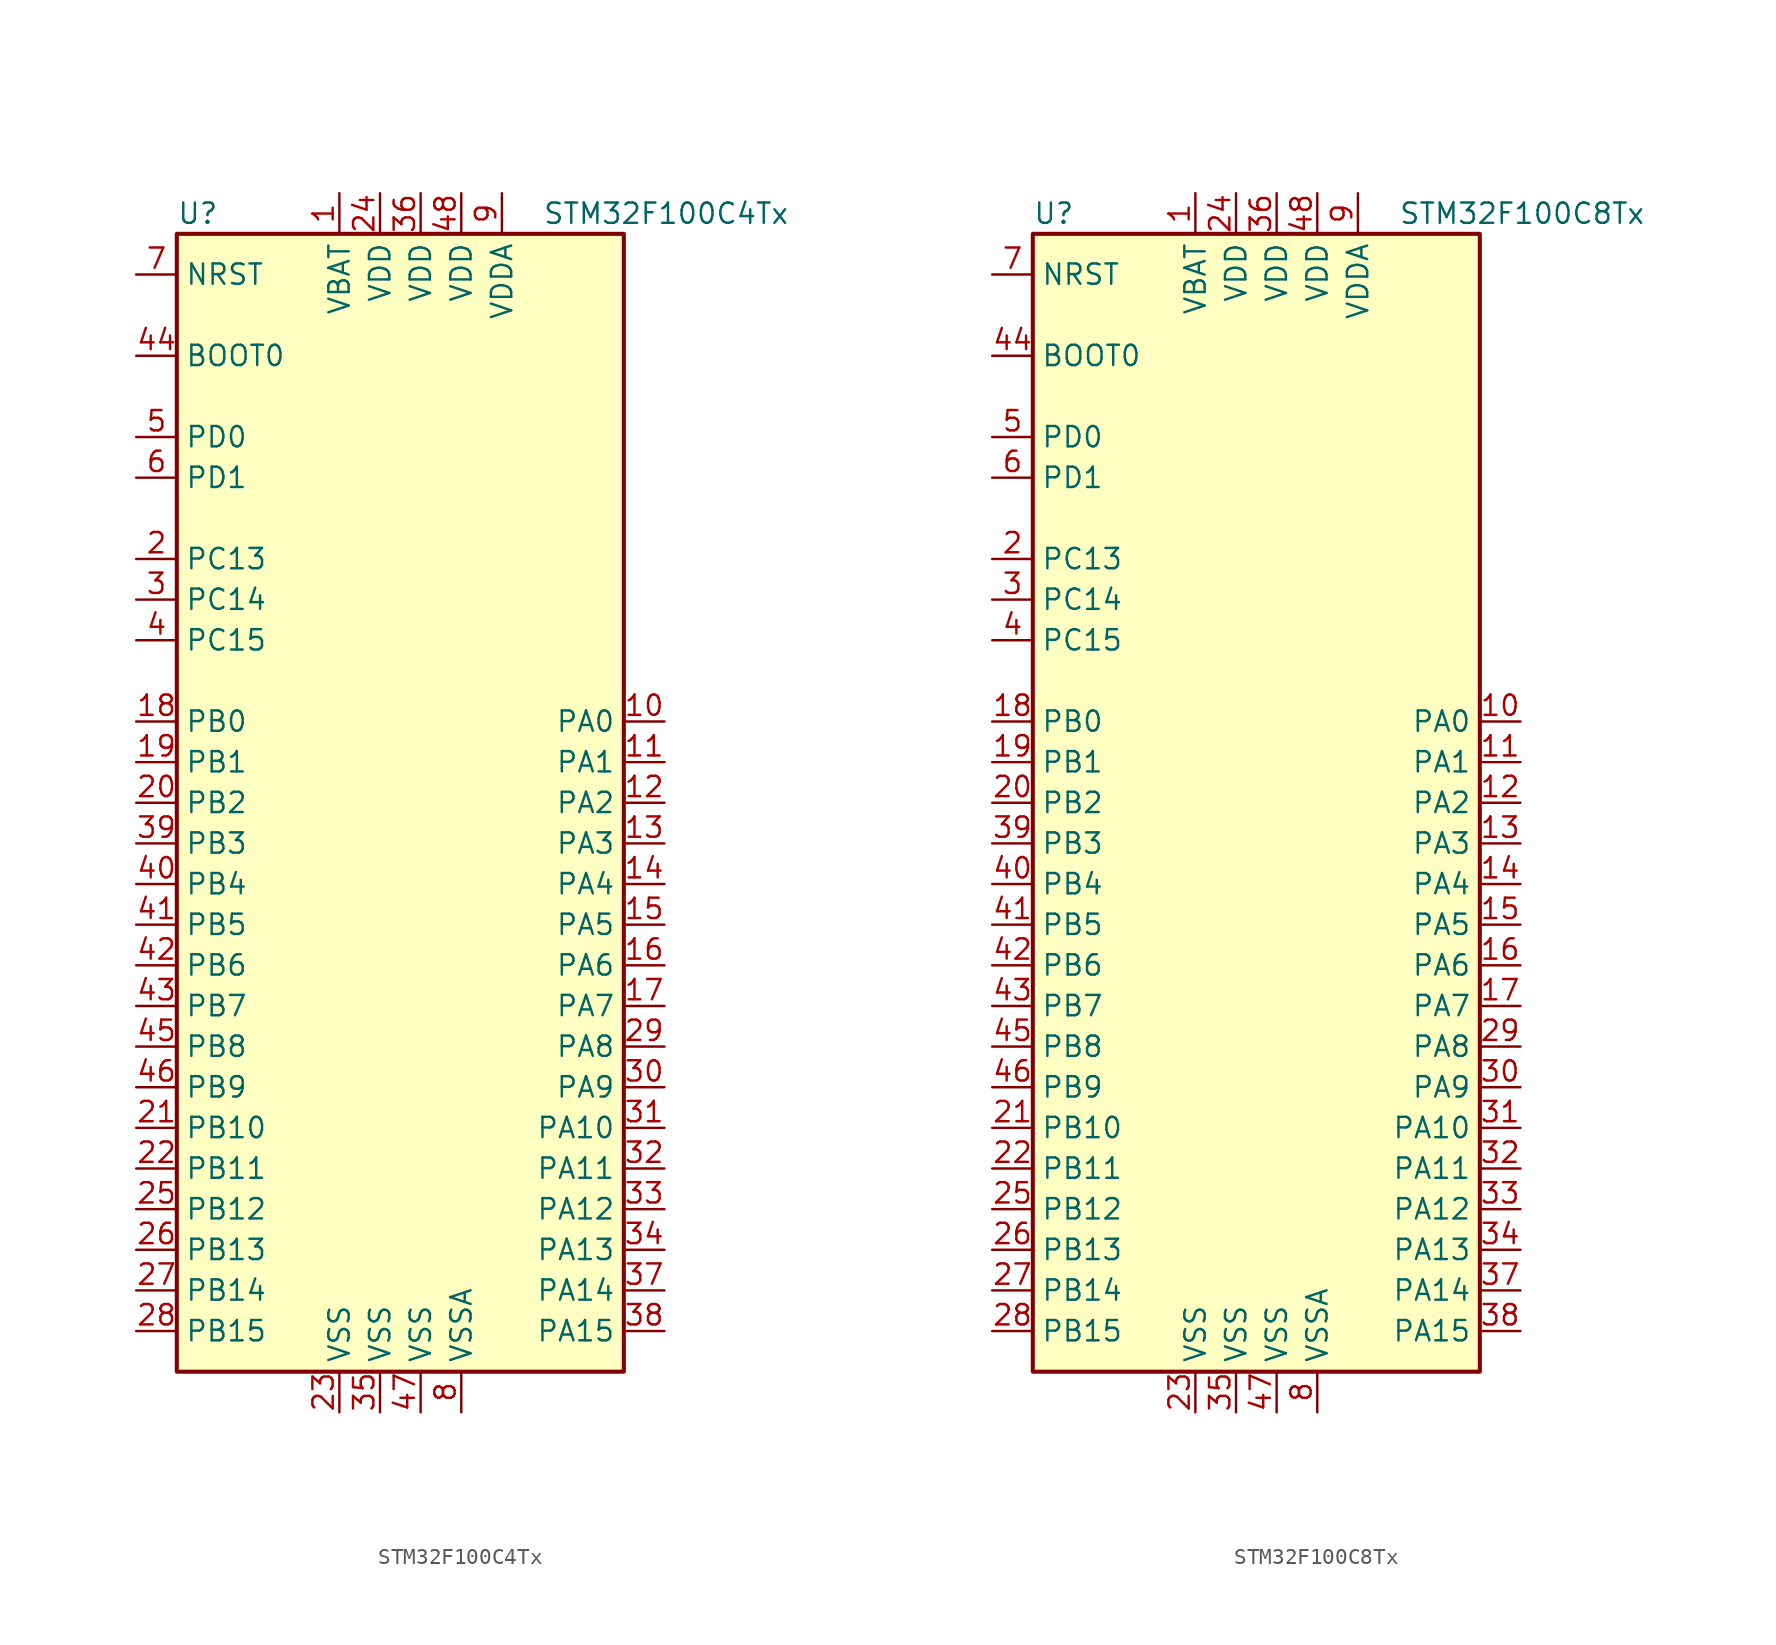
<source format=kicad_sym>
(kicad_symbol_lib
  (version 20201005)
  (generator kicad_symbol_editor)
  (symbol "MCU_ST_STM32F1:STM32F100C4Tx"
    (property "Reference" "U"
      (at -15.24 36.83 0)
      (effects (font (size 1.27 1.27)) (justify left)))
    (property "Value" "STM32F100C4Tx"
      (at 7.62 36.83 0)
      (effects (font (size 1.27 1.27)) (justify left)))
    (symbol "STM32F100C4Tx_0_1"
      (rectangle (start -15.24 -35.56) (end 12.7 35.56) (stroke (width 0.254)) (fill (type background))))
    (symbol "STM32F100C4Tx_1_1"
      (pin input line (at -17.78 27.94 0) (length 2.54) (name "BOOT0" (effects (font (size 1.27 1.27)))) (number "44" (effects (font (size 1.27 1.27)))))
      (pin input line (at -17.78 33.02 0) (length 2.54) (name "NRST" (effects (font (size 1.27 1.27)))) (number "7" (effects (font (size 1.27 1.27)))))
      (pin bidirectional line (at 15.24 5.08 180) (length 2.54) (name "PA0" (effects (font (size 1.27 1.27)))) (number "10" (effects (font (size 1.27 1.27)))))
      (pin bidirectional line (at 15.24 2.54 180) (length 2.54) (name "PA1" (effects (font (size 1.27 1.27)))) (number "11" (effects (font (size 1.27 1.27)))))
      (pin bidirectional line (at 15.24 -20.32 180) (length 2.54) (name "PA10" (effects (font (size 1.27 1.27)))) (number "31" (effects (font (size 1.27 1.27)))))
      (pin bidirectional line (at 15.24 -22.86 180) (length 2.54) (name "PA11" (effects (font (size 1.27 1.27)))) (number "32" (effects (font (size 1.27 1.27)))))
      (pin bidirectional line (at 15.24 -25.4 180) (length 2.54) (name "PA12" (effects (font (size 1.27 1.27)))) (number "33" (effects (font (size 1.27 1.27)))))
      (pin bidirectional line (at 15.24 -27.94 180) (length 2.54) (name "PA13" (effects (font (size 1.27 1.27)))) (number "34" (effects (font (size 1.27 1.27)))))
      (pin bidirectional line (at 15.24 -30.48 180) (length 2.54) (name "PA14" (effects (font (size 1.27 1.27)))) (number "37" (effects (font (size 1.27 1.27)))))
      (pin bidirectional line (at 15.24 -33.02 180) (length 2.54) (name "PA15" (effects (font (size 1.27 1.27)))) (number "38" (effects (font (size 1.27 1.27)))))
      (pin bidirectional line (at 15.24 0 180) (length 2.54) (name "PA2" (effects (font (size 1.27 1.27)))) (number "12" (effects (font (size 1.27 1.27)))))
      (pin bidirectional line (at 15.24 -2.54 180) (length 2.54) (name "PA3" (effects (font (size 1.27 1.27)))) (number "13" (effects (font (size 1.27 1.27)))))
      (pin bidirectional line (at 15.24 -5.08 180) (length 2.54) (name "PA4" (effects (font (size 1.27 1.27)))) (number "14" (effects (font (size 1.27 1.27)))))
      (pin bidirectional line (at 15.24 -7.62 180) (length 2.54) (name "PA5" (effects (font (size 1.27 1.27)))) (number "15" (effects (font (size 1.27 1.27)))))
      (pin bidirectional line (at 15.24 -10.16 180) (length 2.54) (name "PA6" (effects (font (size 1.27 1.27)))) (number "16" (effects (font (size 1.27 1.27)))))
      (pin bidirectional line (at 15.24 -12.7 180) (length 2.54) (name "PA7" (effects (font (size 1.27 1.27)))) (number "17" (effects (font (size 1.27 1.27)))))
      (pin bidirectional line (at 15.24 -15.24 180) (length 2.54) (name "PA8" (effects (font (size 1.27 1.27)))) (number "29" (effects (font (size 1.27 1.27)))))
      (pin bidirectional line (at 15.24 -17.78 180) (length 2.54) (name "PA9" (effects (font (size 1.27 1.27)))) (number "30" (effects (font (size 1.27 1.27)))))
      (pin bidirectional line (at -17.78 5.08 0) (length 2.54) (name "PB0" (effects (font (size 1.27 1.27)))) (number "18" (effects (font (size 1.27 1.27)))))
      (pin bidirectional line (at -17.78 2.54 0) (length 2.54) (name "PB1" (effects (font (size 1.27 1.27)))) (number "19" (effects (font (size 1.27 1.27)))))
      (pin bidirectional line (at -17.78 -20.32 0) (length 2.54) (name "PB10" (effects (font (size 1.27 1.27)))) (number "21" (effects (font (size 1.27 1.27)))))
      (pin bidirectional line (at -17.78 -22.86 0) (length 2.54) (name "PB11" (effects (font (size 1.27 1.27)))) (number "22" (effects (font (size 1.27 1.27)))))
      (pin bidirectional line (at -17.78 -25.4 0) (length 2.54) (name "PB12" (effects (font (size 1.27 1.27)))) (number "25" (effects (font (size 1.27 1.27)))))
      (pin bidirectional line (at -17.78 -27.94 0) (length 2.54) (name "PB13" (effects (font (size 1.27 1.27)))) (number "26" (effects (font (size 1.27 1.27)))))
      (pin bidirectional line (at -17.78 -30.48 0) (length 2.54) (name "PB14" (effects (font (size 1.27 1.27)))) (number "27" (effects (font (size 1.27 1.27)))))
      (pin bidirectional line (at -17.78 -33.02 0) (length 2.54) (name "PB15" (effects (font (size 1.27 1.27)))) (number "28" (effects (font (size 1.27 1.27)))))
      (pin bidirectional line (at -17.78 0 0) (length 2.54) (name "PB2" (effects (font (size 1.27 1.27)))) (number "20" (effects (font (size 1.27 1.27)))))
      (pin bidirectional line (at -17.78 -2.54 0) (length 2.54) (name "PB3" (effects (font (size 1.27 1.27)))) (number "39" (effects (font (size 1.27 1.27)))))
      (pin bidirectional line (at -17.78 -5.08 0) (length 2.54) (name "PB4" (effects (font (size 1.27 1.27)))) (number "40" (effects (font (size 1.27 1.27)))))
      (pin bidirectional line (at -17.78 -7.62 0) (length 2.54) (name "PB5" (effects (font (size 1.27 1.27)))) (number "41" (effects (font (size 1.27 1.27)))))
      (pin bidirectional line (at -17.78 -10.16 0) (length 2.54) (name "PB6" (effects (font (size 1.27 1.27)))) (number "42" (effects (font (size 1.27 1.27)))))
      (pin bidirectional line (at -17.78 -12.7 0) (length 2.54) (name "PB7" (effects (font (size 1.27 1.27)))) (number "43" (effects (font (size 1.27 1.27)))))
      (pin bidirectional line (at -17.78 -15.24 0) (length 2.54) (name "PB8" (effects (font (size 1.27 1.27)))) (number "45" (effects (font (size 1.27 1.27)))))
      (pin bidirectional line (at -17.78 -17.78 0) (length 2.54) (name "PB9" (effects (font (size 1.27 1.27)))) (number "46" (effects (font (size 1.27 1.27)))))
      (pin bidirectional line (at -17.78 15.24 0) (length 2.54) (name "PC13" (effects (font (size 1.27 1.27)))) (number "2" (effects (font (size 1.27 1.27)))))
      (pin bidirectional line (at -17.78 12.7 0) (length 2.54) (name "PC14" (effects (font (size 1.27 1.27)))) (number "3" (effects (font (size 1.27 1.27)))))
      (pin bidirectional line (at -17.78 10.16 0) (length 2.54) (name "PC15" (effects (font (size 1.27 1.27)))) (number "4" (effects (font (size 1.27 1.27)))))
      (pin input line (at -17.78 22.86 0) (length 2.54) (name "PD0" (effects (font (size 1.27 1.27)))) (number "5" (effects (font (size 1.27 1.27)))))
      (pin input line (at -17.78 20.32 0) (length 2.54) (name "PD1" (effects (font (size 1.27 1.27)))) (number "6" (effects (font (size 1.27 1.27)))))
      (pin power_in line (at -5.08 38.1 270) (length 2.54) (name "VBAT" (effects (font (size 1.27 1.27)))) (number "1" (effects (font (size 1.27 1.27)))))
      (pin power_in line (at -2.54 38.1 270) (length 2.54) (name "VDD" (effects (font (size 1.27 1.27)))) (number "24" (effects (font (size 1.27 1.27)))))
      (pin power_in line (at 0 38.1 270) (length 2.54) (name "VDD" (effects (font (size 1.27 1.27)))) (number "36" (effects (font (size 1.27 1.27)))))
      (pin power_in line (at 2.54 38.1 270) (length 2.54) (name "VDD" (effects (font (size 1.27 1.27)))) (number "48" (effects (font (size 1.27 1.27)))))
      (pin power_in line (at 5.08 38.1 270) (length 2.54) (name "VDDA" (effects (font (size 1.27 1.27)))) (number "9" (effects (font (size 1.27 1.27)))))
      (pin power_in line (at -5.08 -38.1 90) (length 2.54) (name "VSS" (effects (font (size 1.27 1.27)))) (number "23" (effects (font (size 1.27 1.27)))))
      (pin power_in line (at -2.54 -38.1 90) (length 2.54) (name "VSS" (effects (font (size 1.27 1.27)))) (number "35" (effects (font (size 1.27 1.27)))))
      (pin power_in line (at 0 -38.1 90) (length 2.54) (name "VSS" (effects (font (size 1.27 1.27)))) (number "47" (effects (font (size 1.27 1.27)))))
      (pin power_in line (at 2.54 -38.1 90) (length 2.54) (name "VSSA" (effects (font (size 1.27 1.27)))) (number "8" (effects (font (size 1.27 1.27)))))))
  (symbol "MCU_ST_STM32F1:STM32F100C8Tx"
    (property "Reference" "U"
      (at -15.24 36.83 0)
      (effects (font (size 1.27 1.27)) (justify left)))
    (property "Value" "STM32F100C8Tx"
      (at 7.62 36.83 0)
      (effects (font (size 1.27 1.27)) (justify left)))
    (symbol "STM32F100C8Tx_0_1"
      (rectangle (start -15.24 -35.56) (end 12.7 35.56) (stroke (width 0.254)) (fill (type background))))
    (symbol "STM32F100C8Tx_1_1"
      (pin input line (at -17.78 27.94 0) (length 2.54) (name "BOOT0" (effects (font (size 1.27 1.27)))) (number "44" (effects (font (size 1.27 1.27)))))
      (pin input line (at -17.78 33.02 0) (length 2.54) (name "NRST" (effects (font (size 1.27 1.27)))) (number "7" (effects (font (size 1.27 1.27)))))
      (pin bidirectional line (at 15.24 5.08 180) (length 2.54) (name "PA0" (effects (font (size 1.27 1.27)))) (number "10" (effects (font (size 1.27 1.27)))))
      (pin bidirectional line (at 15.24 2.54 180) (length 2.54) (name "PA1" (effects (font (size 1.27 1.27)))) (number "11" (effects (font (size 1.27 1.27)))))
      (pin bidirectional line (at 15.24 -20.32 180) (length 2.54) (name "PA10" (effects (font (size 1.27 1.27)))) (number "31" (effects (font (size 1.27 1.27)))))
      (pin bidirectional line (at 15.24 -22.86 180) (length 2.54) (name "PA11" (effects (font (size 1.27 1.27)))) (number "32" (effects (font (size 1.27 1.27)))))
      (pin bidirectional line (at 15.24 -25.4 180) (length 2.54) (name "PA12" (effects (font (size 1.27 1.27)))) (number "33" (effects (font (size 1.27 1.27)))))
      (pin bidirectional line (at 15.24 -27.94 180) (length 2.54) (name "PA13" (effects (font (size 1.27 1.27)))) (number "34" (effects (font (size 1.27 1.27)))))
      (pin bidirectional line (at 15.24 -30.48 180) (length 2.54) (name "PA14" (effects (font (size 1.27 1.27)))) (number "37" (effects (font (size 1.27 1.27)))))
      (pin bidirectional line (at 15.24 -33.02 180) (length 2.54) (name "PA15" (effects (font (size 1.27 1.27)))) (number "38" (effects (font (size 1.27 1.27)))))
      (pin bidirectional line (at 15.24 0 180) (length 2.54) (name "PA2" (effects (font (size 1.27 1.27)))) (number "12" (effects (font (size 1.27 1.27)))))
      (pin bidirectional line (at 15.24 -2.54 180) (length 2.54) (name "PA3" (effects (font (size 1.27 1.27)))) (number "13" (effects (font (size 1.27 1.27)))))
      (pin bidirectional line (at 15.24 -5.08 180) (length 2.54) (name "PA4" (effects (font (size 1.27 1.27)))) (number "14" (effects (font (size 1.27 1.27)))))
      (pin bidirectional line (at 15.24 -7.62 180) (length 2.54) (name "PA5" (effects (font (size 1.27 1.27)))) (number "15" (effects (font (size 1.27 1.27)))))
      (pin bidirectional line (at 15.24 -10.16 180) (length 2.54) (name "PA6" (effects (font (size 1.27 1.27)))) (number "16" (effects (font (size 1.27 1.27)))))
      (pin bidirectional line (at 15.24 -12.7 180) (length 2.54) (name "PA7" (effects (font (size 1.27 1.27)))) (number "17" (effects (font (size 1.27 1.27)))))
      (pin bidirectional line (at 15.24 -15.24 180) (length 2.54) (name "PA8" (effects (font (size 1.27 1.27)))) (number "29" (effects (font (size 1.27 1.27)))))
      (pin bidirectional line (at 15.24 -17.78 180) (length 2.54) (name "PA9" (effects (font (size 1.27 1.27)))) (number "30" (effects (font (size 1.27 1.27)))))
      (pin bidirectional line (at -17.78 5.08 0) (length 2.54) (name "PB0" (effects (font (size 1.27 1.27)))) (number "18" (effects (font (size 1.27 1.27)))))
      (pin bidirectional line (at -17.78 2.54 0) (length 2.54) (name "PB1" (effects (font (size 1.27 1.27)))) (number "19" (effects (font (size 1.27 1.27)))))
      (pin bidirectional line (at -17.78 -20.32 0) (length 2.54) (name "PB10" (effects (font (size 1.27 1.27)))) (number "21" (effects (font (size 1.27 1.27)))))
      (pin bidirectional line (at -17.78 -22.86 0) (length 2.54) (name "PB11" (effects (font (size 1.27 1.27)))) (number "22" (effects (font (size 1.27 1.27)))))
      (pin bidirectional line (at -17.78 -25.4 0) (length 2.54) (name "PB12" (effects (font (size 1.27 1.27)))) (number "25" (effects (font (size 1.27 1.27)))))
      (pin bidirectional line (at -17.78 -27.94 0) (length 2.54) (name "PB13" (effects (font (size 1.27 1.27)))) (number "26" (effects (font (size 1.27 1.27)))))
      (pin bidirectional line (at -17.78 -30.48 0) (length 2.54) (name "PB14" (effects (font (size 1.27 1.27)))) (number "27" (effects (font (size 1.27 1.27)))))
      (pin bidirectional line (at -17.78 -33.02 0) (length 2.54) (name "PB15" (effects (font (size 1.27 1.27)))) (number "28" (effects (font (size 1.27 1.27)))))
      (pin bidirectional line (at -17.78 0 0) (length 2.54) (name "PB2" (effects (font (size 1.27 1.27)))) (number "20" (effects (font (size 1.27 1.27)))))
      (pin bidirectional line (at -17.78 -2.54 0) (length 2.54) (name "PB3" (effects (font (size 1.27 1.27)))) (number "39" (effects (font (size 1.27 1.27)))))
      (pin bidirectional line (at -17.78 -5.08 0) (length 2.54) (name "PB4" (effects (font (size 1.27 1.27)))) (number "40" (effects (font (size 1.27 1.27)))))
      (pin bidirectional line (at -17.78 -7.62 0) (length 2.54) (name "PB5" (effects (font (size 1.27 1.27)))) (number "41" (effects (font (size 1.27 1.27)))))
      (pin bidirectional line (at -17.78 -10.16 0) (length 2.54) (name "PB6" (effects (font (size 1.27 1.27)))) (number "42" (effects (font (size 1.27 1.27)))))
      (pin bidirectional line (at -17.78 -12.7 0) (length 2.54) (name "PB7" (effects (font (size 1.27 1.27)))) (number "43" (effects (font (size 1.27 1.27)))))
      (pin bidirectional line (at -17.78 -15.24 0) (length 2.54) (name "PB8" (effects (font (size 1.27 1.27)))) (number "45" (effects (font (size 1.27 1.27)))))
      (pin bidirectional line (at -17.78 -17.78 0) (length 2.54) (name "PB9" (effects (font (size 1.27 1.27)))) (number "46" (effects (font (size 1.27 1.27)))))
      (pin bidirectional line (at -17.78 15.24 0) (length 2.54) (name "PC13" (effects (font (size 1.27 1.27)))) (number "2" (effects (font (size 1.27 1.27)))))
      (pin bidirectional line (at -17.78 12.7 0) (length 2.54) (name "PC14" (effects (font (size 1.27 1.27)))) (number "3" (effects (font (size 1.27 1.27)))))
      (pin bidirectional line (at -17.78 10.16 0) (length 2.54) (name "PC15" (effects (font (size 1.27 1.27)))) (number "4" (effects (font (size 1.27 1.27)))))
      (pin input line (at -17.78 22.86 0) (length 2.54) (name "PD0" (effects (font (size 1.27 1.27)))) (number "5" (effects (font (size 1.27 1.27)))))
      (pin input line (at -17.78 20.32 0) (length 2.54) (name "PD1" (effects (font (size 1.27 1.27)))) (number "6" (effects (font (size 1.27 1.27)))))
      (pin power_in line (at -5.08 38.1 270) (length 2.54) (name "VBAT" (effects (font (size 1.27 1.27)))) (number "1" (effects (font (size 1.27 1.27)))))
      (pin power_in line (at -2.54 38.1 270) (length 2.54) (name "VDD" (effects (font (size 1.27 1.27)))) (number "24" (effects (font (size 1.27 1.27)))))
      (pin power_in line (at 0 38.1 270) (length 2.54) (name "VDD" (effects (font (size 1.27 1.27)))) (number "36" (effects (font (size 1.27 1.27)))))
      (pin power_in line (at 2.54 38.1 270) (length 2.54) (name "VDD" (effects (font (size 1.27 1.27)))) (number "48" (effects (font (size 1.27 1.27)))))
      (pin power_in line (at 5.08 38.1 270) (length 2.54) (name "VDDA" (effects (font (size 1.27 1.27)))) (number "9" (effects (font (size 1.27 1.27)))))
      (pin power_in line (at -5.08 -38.1 90) (length 2.54) (name "VSS" (effects (font (size 1.27 1.27)))) (number "23" (effects (font (size 1.27 1.27)))))
      (pin power_in line (at -2.54 -38.1 90) (length 2.54) (name "VSS" (effects (font (size 1.27 1.27)))) (number "35" (effects (font (size 1.27 1.27)))))
      (pin power_in line (at 0 -38.1 90) (length 2.54) (name "VSS" (effects (font (size 1.27 1.27)))) (number "47" (effects (font (size 1.27 1.27)))))
      (pin power_in line (at 2.54 -38.1 90) (length 2.54) (name "VSSA" (effects (font (size 1.27 1.27)))) (number "8" (effects (font (size 1.27 1.27))))))))
</source>
